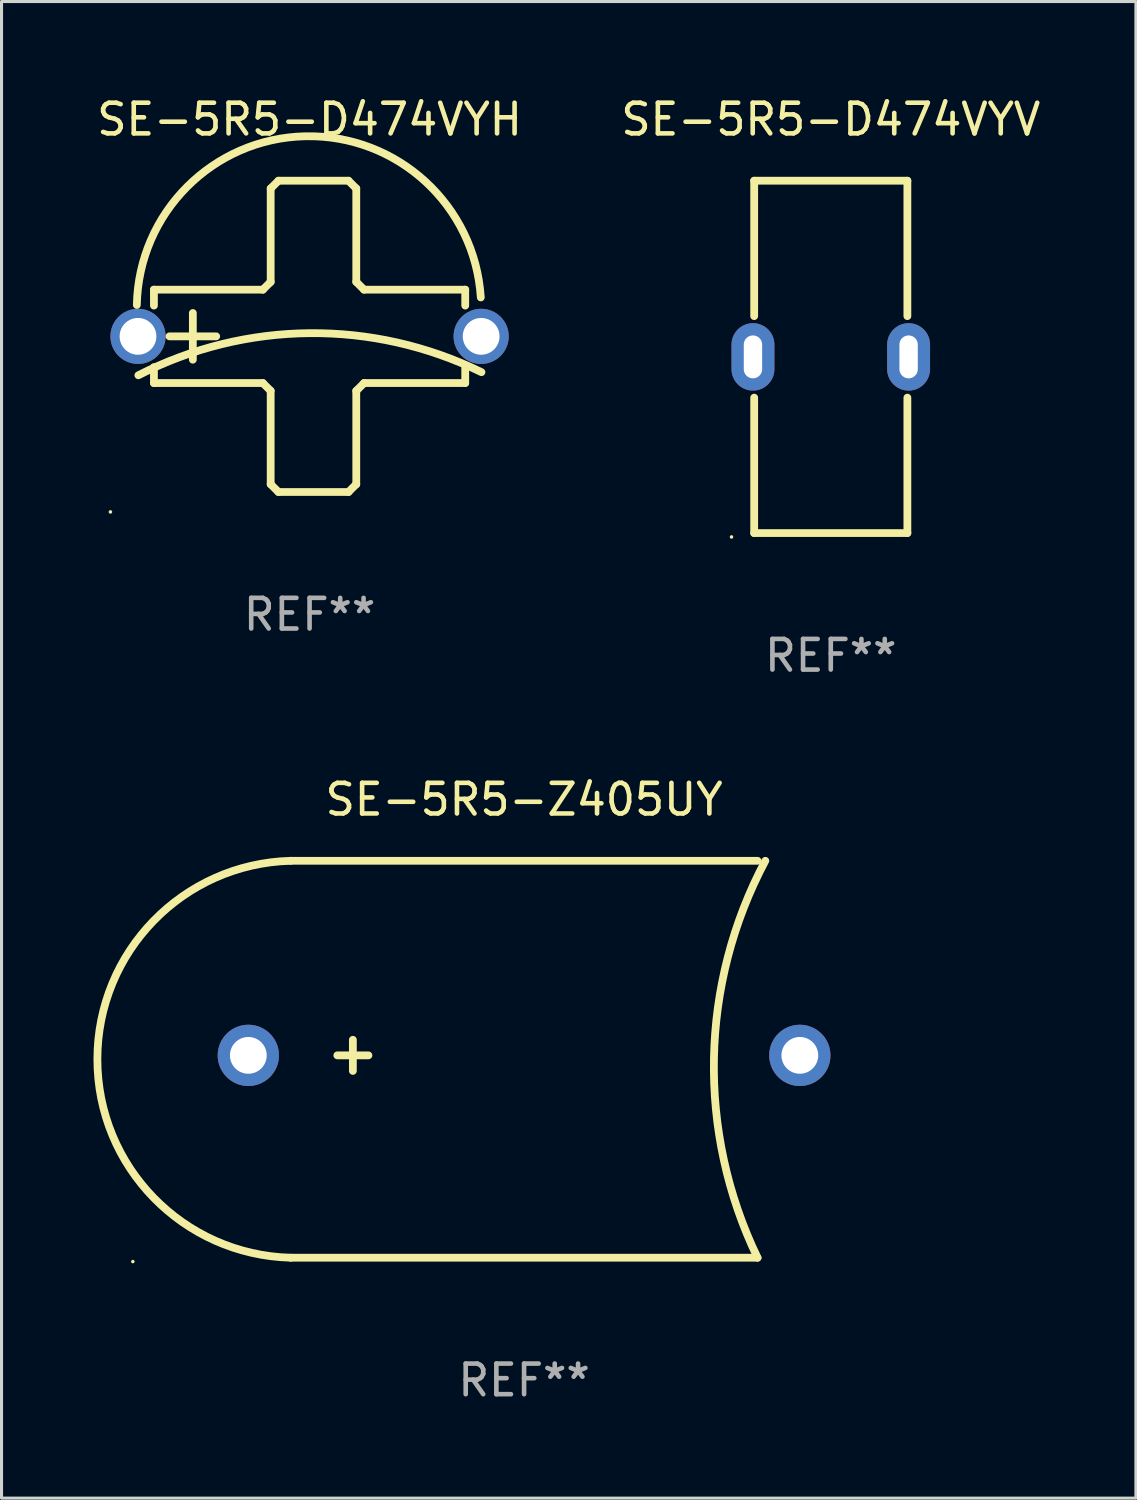
<source format=kicad_pcb>
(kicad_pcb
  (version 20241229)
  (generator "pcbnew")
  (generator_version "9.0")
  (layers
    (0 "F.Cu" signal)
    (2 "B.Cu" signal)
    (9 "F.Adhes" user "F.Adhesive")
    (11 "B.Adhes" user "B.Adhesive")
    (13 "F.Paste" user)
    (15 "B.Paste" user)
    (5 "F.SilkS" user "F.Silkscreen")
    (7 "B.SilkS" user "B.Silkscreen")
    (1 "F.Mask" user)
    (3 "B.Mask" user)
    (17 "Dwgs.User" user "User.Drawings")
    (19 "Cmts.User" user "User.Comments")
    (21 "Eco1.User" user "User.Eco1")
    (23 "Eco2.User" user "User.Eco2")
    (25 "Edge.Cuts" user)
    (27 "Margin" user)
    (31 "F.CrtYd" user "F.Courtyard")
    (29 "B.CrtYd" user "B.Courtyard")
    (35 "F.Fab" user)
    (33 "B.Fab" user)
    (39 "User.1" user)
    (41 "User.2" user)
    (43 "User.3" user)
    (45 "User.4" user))
  (footprint "SE-5R5-Z405UY"
    (layer "F.Cu")
    (at 14.055 31.522)
    (property "Reference" "SE-5R5-Z405UY" (at 0 -8.477 0) (layer "F.SilkS") (effects (font (size 1 1) (thickness 0.15))))
    (attr through_hole)
    (fp_line (start -7.62 6.477) (end 7.62 6.477) (stroke (width 0.254) (type solid)) (layer "F.SilkS"))
    (fp_line (start -6.096 -0.127) (end -5.08 -0.127) (stroke (width 0.254) (type solid)) (layer "F.SilkS"))
    (fp_line (start -5.588 -0.635) (end -5.588 0.381) (stroke (width 0.254) (type solid)) (layer "F.SilkS"))
    (fp_line (start 7.62 -6.477) (end -7.62 -6.477) (stroke (width 0.254) (type solid)) (layer "F.SilkS"))
    (fp_arc (start -7.620015 6.477013) (mid -13.928168 0) (end -7.620015 -6.477013) (stroke (width 0.254001) (type solid)) (layer "F.SilkS"))
    (fp_arc (start 7.620015 6.477013) (mid 6.196987 -0.030393) (end 7.874016 -6.477013) (stroke (width 0.254001) (type solid)) (layer "F.SilkS"))
    (fp_circle (center -12.769 6.604) (end -12.739 6.604) (stroke (width 0.06) (type solid)) (fill no) (layer "F.SilkS"))
    (fp_text user "REF**" (at 0 10.477 0) (layer "F.Fab") (effects (font (size 1 1) (thickness 0.15))))
    (pad "1" thru_hole circle (at -9 -0.127) (size 2 2) (drill 1.2) (layers "*.Cu" "*.Mask"))
    (pad "2" thru_hole circle (at 9 -0.127) (size 2 2) (drill 1.2) (layers "*.Cu" "*.Mask")))
  (footprint "SE-5R5-D474VYV"
    (layer "F.Cu")
    (at 24.065 8.598)
    (property "Reference" "SE-5R5-D474VYV" (at 0 -7.75 0) (layer "F.SilkS") (effects (font (size 1 1) (thickness 0.15))))
    (attr through_hole)
    (fp_line (start -2.5 -5.75) (end -2.5 -1.33) (stroke (width 0.254) (type solid)) (layer "F.SilkS"))
    (fp_line (start -2.5 -5.75) (end 2.5 -5.75) (stroke (width 0.254) (type solid)) (layer "F.SilkS"))
    (fp_line (start -2.5 1.33) (end -2.5 5.75) (stroke (width 0.254) (type solid)) (layer "F.SilkS"))
    (fp_line (start 2.5 -5.75) (end 2.5 -1.33) (stroke (width 0.254) (type solid)) (layer "F.SilkS"))
    (fp_line (start 2.5 1.33) (end 2.5 5.75) (stroke (width 0.254) (type solid)) (layer "F.SilkS"))
    (fp_line (start 2.5 5.75) (end -2.5 5.75) (stroke (width 0.254) (type solid)) (layer "F.SilkS"))
    (fp_circle (center -3.24 5.877) (end -3.21 5.877) (stroke (width 0.06) (type solid)) (fill no) (layer "F.SilkS"))
    (fp_text user "+" (at -2.286 -1.709 0) (layer "B.Mask") (effects (font (size 1 1) (thickness 0.15))))
    (fp_text user "REF**" (at 0 9.75 0) (layer "F.Fab") (effects (font (size 1 1) (thickness 0.15))))
    (pad "1" thru_hole oval (at -2.54 0) (size 1.4 2.2) (drill oval 0.6 1.4) (layers "*.Cu" "*.Mask"))
    (pad "2" thru_hole oval (at 2.54 0) (size 1.4 2.2) (drill oval 0.6 1.4) (layers "*.Cu" "*.Mask")))
  (footprint "SE-5R5-D474VYH"
    (layer "F.Cu")
    (at 7.054 7.928)
    (property "Reference" "SE-5R5-D474VYH" (at 0 -7.08 0) (layer "F.SilkS") (effects (font (size 1 1) (thickness 0.15))))
    (attr through_hole)
    (fp_line (start -5.08 -1.524) (end -5.08 -1.004) (stroke (width 0.254) (type solid)) (layer "F.SilkS"))
    (fp_line (start -5.08 1.004) (end -5.08 1.524) (stroke (width 0.254) (type solid)) (layer "F.SilkS"))
    (fp_line (start -5.08 1.524) (end -1.524 1.524) (stroke (width 0.254) (type solid)) (layer "F.SilkS"))
    (fp_line (start -4.572 0) (end -3.048 0) (stroke (width 0.254) (type solid)) (layer "F.SilkS"))
    (fp_line (start -3.81 -0.762) (end -3.81 0.762) (stroke (width 0.254) (type solid)) (layer "F.SilkS"))
    (fp_line (start -1.524 -1.524) (end -5.08 -1.524) (stroke (width 0.254) (type solid)) (layer "F.SilkS"))
    (fp_line (start -1.524 1.524) (end -1.27 1.778) (stroke (width 0.254) (type solid)) (layer "F.SilkS"))
    (fp_line (start -1.27 -4.826) (end -1.27 -1.778) (stroke (width 0.254) (type solid)) (layer "F.SilkS"))
    (fp_line (start -1.27 -1.778) (end -1.524 -1.524) (stroke (width 0.254) (type solid)) (layer "F.SilkS"))
    (fp_line (start -1.27 1.778) (end -1.27 4.826) (stroke (width 0.254) (type solid)) (layer "F.SilkS"))
    (fp_line (start -1.27 4.826) (end -1.016 5.08) (stroke (width 0.254) (type solid)) (layer "F.SilkS"))
    (fp_line (start -1.016 -5.08) (end -1.27 -4.826) (stroke (width 0.254) (type solid)) (layer "F.SilkS"))
    (fp_line (start -1.016 5.08) (end 1.27 5.08) (stroke (width 0.254) (type solid)) (layer "F.SilkS"))
    (fp_line (start 1.27 -5.08) (end -1.016 -5.08) (stroke (width 0.254) (type solid)) (layer "F.SilkS"))
    (fp_line (start 1.27 5.08) (end 1.524 4.826) (stroke (width 0.254) (type solid)) (layer "F.SilkS"))
    (fp_line (start 1.524 -4.826) (end 1.27 -5.08) (stroke (width 0.254) (type solid)) (layer "F.SilkS"))
    (fp_line (start 1.524 -1.778) (end 1.524 -4.826) (stroke (width 0.254) (type solid)) (layer "F.SilkS"))
    (fp_line (start 1.524 1.778) (end 1.778 1.524) (stroke (width 0.254) (type solid)) (layer "F.SilkS"))
    (fp_line (start 1.524 4.826) (end 1.524 1.778) (stroke (width 0.254) (type solid)) (layer "F.SilkS"))
    (fp_line (start 1.778 -1.524) (end 1.524 -1.778) (stroke (width 0.254) (type solid)) (layer "F.SilkS"))
    (fp_line (start 1.778 1.524) (end 5.08 1.524) (stroke (width 0.254) (type solid)) (layer "F.SilkS"))
    (fp_line (start 5.08 -1.524) (end 1.778 -1.524) (stroke (width 0.254) (type solid)) (layer "F.SilkS"))
    (fp_line (start 5.08 -1.524) (end 5.08 -1.004) (stroke (width 0.254) (type solid)) (layer "F.SilkS"))
    (fp_line (start 5.08 1.004) (end 5.08 1.524) (stroke (width 0.254) (type solid)) (layer "F.SilkS"))
    (fp_arc (start -5.638076 -1.025095) (mid -0.142471 -6.530707) (end 5.588011 -1.270003) (stroke (width 0.254001) (type solid)) (layer "F.SilkS"))
    (fp_arc (start -5.588011 1.270003) (mid -0.000946 -0.104507) (end 5.610059 1.168758) (stroke (width 0.254001) (type solid)) (layer "F.SilkS"))
    (fp_circle (center -6.5 5.73) (end -6.47 5.73) (stroke (width 0.06) (type solid)) (fill no) (layer "F.SilkS"))
    (fp_text user "REF**" (at 0 9.08 0) (layer "F.Fab") (effects (font (size 1 1) (thickness 0.15))))
    (pad "1" thru_hole circle (at -5.6 0) (size 1.8 1.8) (drill 1.2) (layers "*.Cu" "*.Mask"))
    (pad "2" thru_hole circle (at 5.6 0) (size 1.8 1.8) (drill 1.2) (layers "*.Cu" "*.Mask")))
  (gr_rect
    (start -3 -3)
    (end 34.024 45.847)
    (stroke (width 0.1) (type default))
    (fill no)
    (layer "Edge.Cuts")))
</source>
